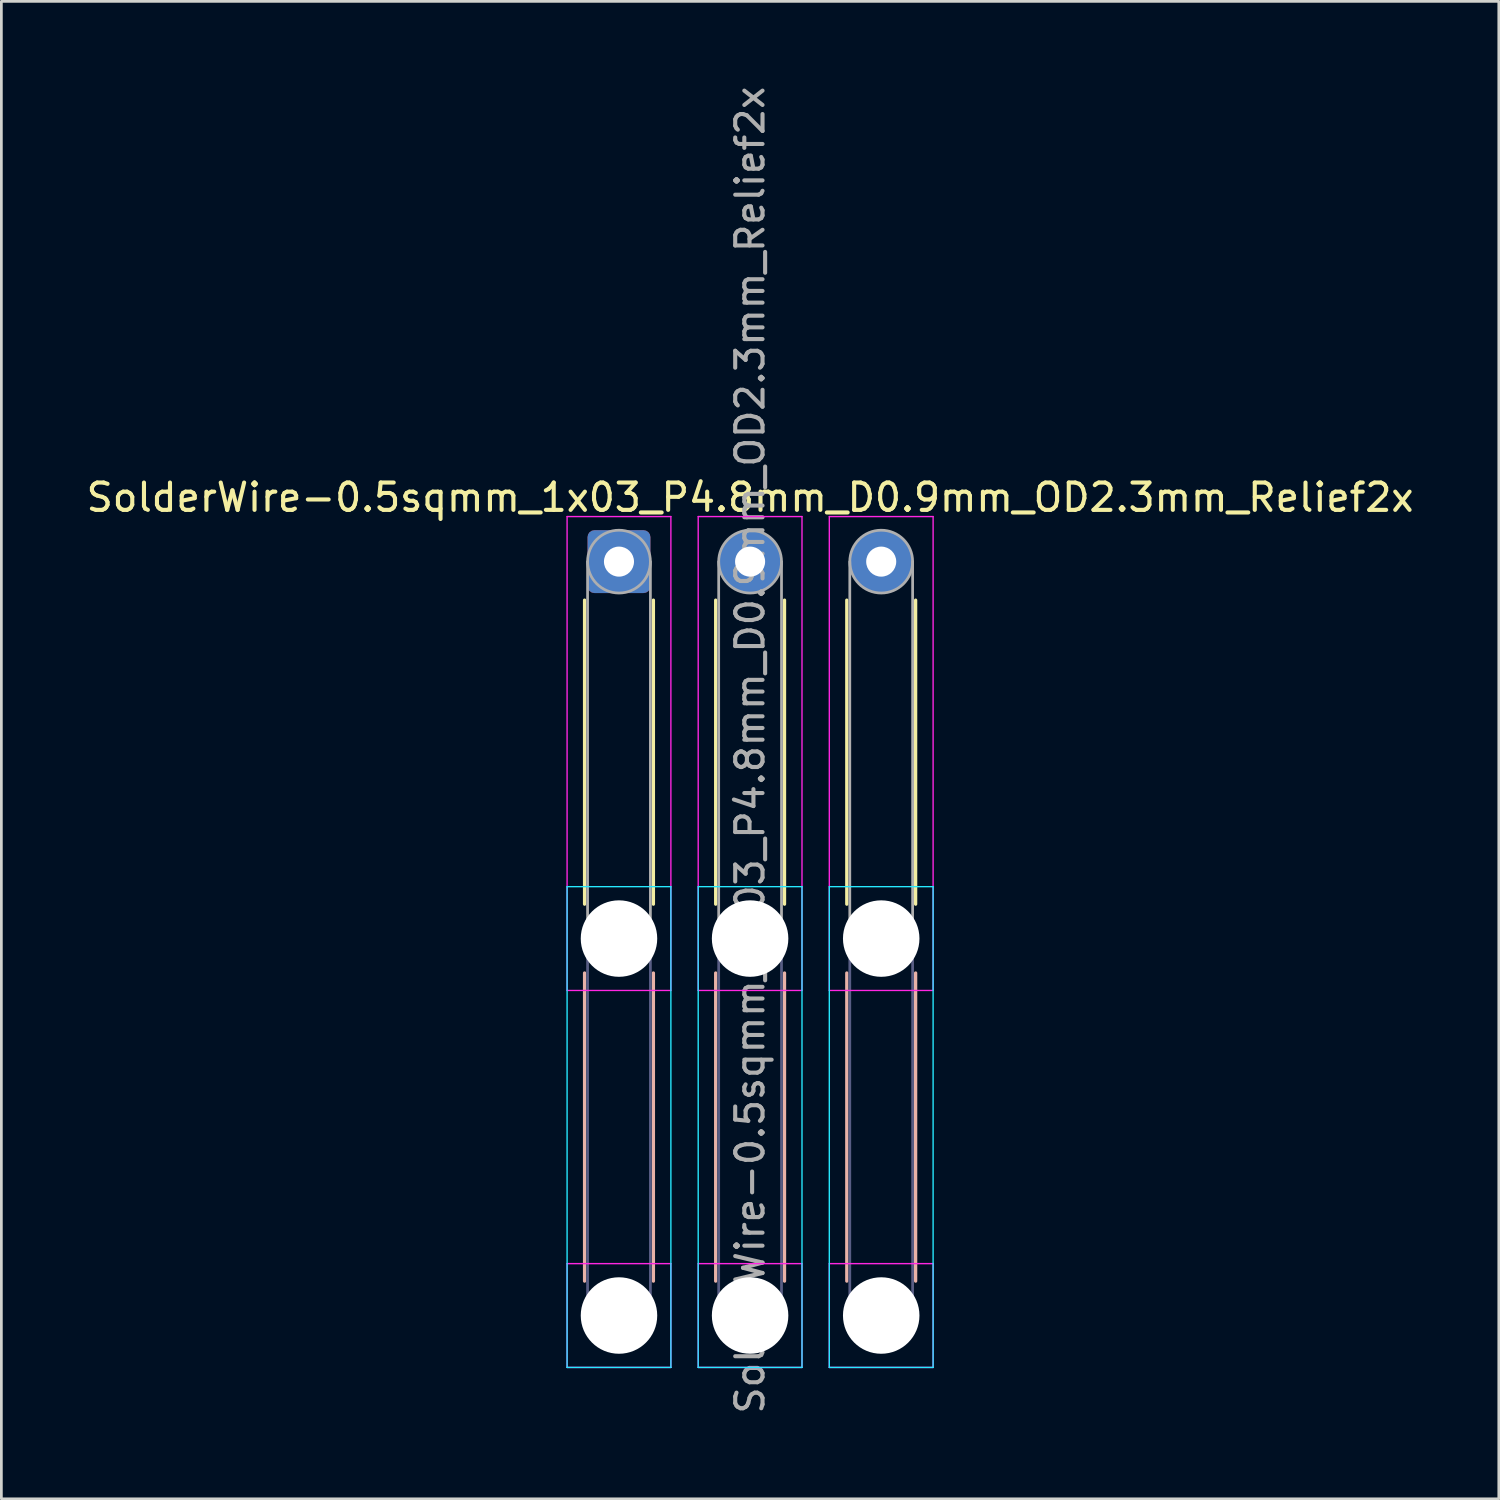
<source format=kicad_pcb>
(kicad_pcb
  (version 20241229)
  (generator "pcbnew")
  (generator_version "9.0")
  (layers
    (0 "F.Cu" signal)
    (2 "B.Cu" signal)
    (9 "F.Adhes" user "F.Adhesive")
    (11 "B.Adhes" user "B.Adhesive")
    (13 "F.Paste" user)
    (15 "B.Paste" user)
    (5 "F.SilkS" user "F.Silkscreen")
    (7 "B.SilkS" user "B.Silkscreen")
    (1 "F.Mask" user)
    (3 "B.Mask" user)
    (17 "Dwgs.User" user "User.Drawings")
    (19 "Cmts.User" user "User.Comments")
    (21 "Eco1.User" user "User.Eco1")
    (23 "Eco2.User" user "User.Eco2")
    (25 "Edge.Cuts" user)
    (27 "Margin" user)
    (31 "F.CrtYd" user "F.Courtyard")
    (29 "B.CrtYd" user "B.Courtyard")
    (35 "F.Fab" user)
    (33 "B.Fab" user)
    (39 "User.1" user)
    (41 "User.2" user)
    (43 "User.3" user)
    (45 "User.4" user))
  (footprint "SolderWire-0.5sqmm_1x03_P4.8mm_D0.9mm_OD2.3mm_Relief2x"
    (layer "F.Cu")
    (at 19.611 17.511)
    (property "Reference" "SolderWire-0.5sqmm_1x03_P4.8mm_D0.9mm_OD2.3mm_Relief2x" (at 4.8 -2.35 0) (layer "F.SilkS") (effects (font (size 1 1) (thickness 0.15))))
    (attr exclude_from_pos_files exclude_from_bom)
    (fp_line (start -1.26 1.41) (end -1.26 12.54) (stroke (width 0.12) (type solid)) (layer "F.SilkS"))
    (fp_line (start 1.26 1.41) (end 1.26 12.54) (stroke (width 0.12) (type solid)) (layer "F.SilkS"))
    (fp_line (start 3.54 1.41) (end 3.54 12.54) (stroke (width 0.12) (type solid)) (layer "F.SilkS"))
    (fp_line (start 6.06 1.41) (end 6.06 12.54) (stroke (width 0.12) (type solid)) (layer "F.SilkS"))
    (fp_line (start 8.34 1.41) (end 8.34 12.54) (stroke (width 0.12) (type solid)) (layer "F.SilkS"))
    (fp_line (start 10.86 1.41) (end 10.86 12.54) (stroke (width 0.12) (type solid)) (layer "F.SilkS"))
    (fp_line (start -1.26 15.06) (end -1.26 26.34) (stroke (width 0.12) (type solid)) (layer "B.SilkS"))
    (fp_line (start 1.26 15.06) (end 1.26 26.34) (stroke (width 0.12) (type solid)) (layer "B.SilkS"))
    (fp_line (start 3.54 15.06) (end 3.54 26.34) (stroke (width 0.12) (type solid)) (layer "B.SilkS"))
    (fp_line (start 6.06 15.06) (end 6.06 26.34) (stroke (width 0.12) (type solid)) (layer "B.SilkS"))
    (fp_line (start 8.34 15.06) (end 8.34 26.34) (stroke (width 0.12) (type solid)) (layer "B.SilkS"))
    (fp_line (start 10.86 15.06) (end 10.86 26.34) (stroke (width 0.12) (type solid)) (layer "B.SilkS"))
    (fp_line (start -1.9 11.9) (end -1.9 29.5) (stroke (width 0.05) (type solid)) (layer "B.CrtYd"))
    (fp_line (start -1.9 29.5) (end 1.9 29.5) (stroke (width 0.05) (type solid)) (layer "B.CrtYd"))
    (fp_line (start 1.9 11.9) (end -1.9 11.9) (stroke (width 0.05) (type solid)) (layer "B.CrtYd"))
    (fp_line (start 1.9 29.5) (end 1.9 11.9) (stroke (width 0.05) (type solid)) (layer "B.CrtYd"))
    (fp_line (start 2.9 11.9) (end 2.9 29.5) (stroke (width 0.05) (type solid)) (layer "B.CrtYd"))
    (fp_line (start 2.9 29.5) (end 6.7 29.5) (stroke (width 0.05) (type solid)) (layer "B.CrtYd"))
    (fp_line (start 6.7 11.9) (end 2.9 11.9) (stroke (width 0.05) (type solid)) (layer "B.CrtYd"))
    (fp_line (start 6.7 29.5) (end 6.7 11.9) (stroke (width 0.05) (type solid)) (layer "B.CrtYd"))
    (fp_line (start 7.7 11.9) (end 7.7 29.5) (stroke (width 0.05) (type solid)) (layer "B.CrtYd"))
    (fp_line (start 7.7 29.5) (end 11.5 29.5) (stroke (width 0.05) (type solid)) (layer "B.CrtYd"))
    (fp_line (start 11.5 11.9) (end 7.7 11.9) (stroke (width 0.05) (type solid)) (layer "B.CrtYd"))
    (fp_line (start 11.5 29.5) (end 11.5 11.9) (stroke (width 0.05) (type solid)) (layer "B.CrtYd"))
    (fp_line (start -1.9 -1.65) (end -1.9 15.7) (stroke (width 0.05) (type solid)) (layer "F.CrtYd"))
    (fp_line (start -1.9 15.7) (end 1.9 15.7) (stroke (width 0.05) (type solid)) (layer "F.CrtYd"))
    (fp_line (start -1.9 25.7) (end -1.9 29.5) (stroke (width 0.05) (type solid)) (layer "F.CrtYd"))
    (fp_line (start -1.9 29.5) (end 1.9 29.5) (stroke (width 0.05) (type solid)) (layer "F.CrtYd"))
    (fp_line (start 1.9 -1.65) (end -1.9 -1.65) (stroke (width 0.05) (type solid)) (layer "F.CrtYd"))
    (fp_line (start 1.9 15.7) (end 1.9 -1.65) (stroke (width 0.05) (type solid)) (layer "F.CrtYd"))
    (fp_line (start 1.9 25.7) (end -1.9 25.7) (stroke (width 0.05) (type solid)) (layer "F.CrtYd"))
    (fp_line (start 1.9 29.5) (end 1.9 25.7) (stroke (width 0.05) (type solid)) (layer "F.CrtYd"))
    (fp_line (start 2.9 -1.65) (end 2.9 15.7) (stroke (width 0.05) (type solid)) (layer "F.CrtYd"))
    (fp_line (start 2.9 15.7) (end 6.7 15.7) (stroke (width 0.05) (type solid)) (layer "F.CrtYd"))
    (fp_line (start 2.9 25.7) (end 2.9 29.5) (stroke (width 0.05) (type solid)) (layer "F.CrtYd"))
    (fp_line (start 2.9 29.5) (end 6.7 29.5) (stroke (width 0.05) (type solid)) (layer "F.CrtYd"))
    (fp_line (start 6.7 -1.65) (end 2.9 -1.65) (stroke (width 0.05) (type solid)) (layer "F.CrtYd"))
    (fp_line (start 6.7 15.7) (end 6.7 -1.65) (stroke (width 0.05) (type solid)) (layer "F.CrtYd"))
    (fp_line (start 6.7 25.7) (end 2.9 25.7) (stroke (width 0.05) (type solid)) (layer "F.CrtYd"))
    (fp_line (start 6.7 29.5) (end 6.7 25.7) (stroke (width 0.05) (type solid)) (layer "F.CrtYd"))
    (fp_line (start 7.7 -1.65) (end 7.7 15.7) (stroke (width 0.05) (type solid)) (layer "F.CrtYd"))
    (fp_line (start 7.7 15.7) (end 11.5 15.7) (stroke (width 0.05) (type solid)) (layer "F.CrtYd"))
    (fp_line (start 7.7 25.7) (end 7.7 29.5) (stroke (width 0.05) (type solid)) (layer "F.CrtYd"))
    (fp_line (start 7.7 29.5) (end 11.5 29.5) (stroke (width 0.05) (type solid)) (layer "F.CrtYd"))
    (fp_line (start 11.5 -1.65) (end 7.7 -1.65) (stroke (width 0.05) (type solid)) (layer "F.CrtYd"))
    (fp_line (start 11.5 15.7) (end 11.5 -1.65) (stroke (width 0.05) (type solid)) (layer "F.CrtYd"))
    (fp_line (start 11.5 25.7) (end 7.7 25.7) (stroke (width 0.05) (type solid)) (layer "F.CrtYd"))
    (fp_line (start 11.5 29.5) (end 11.5 25.7) (stroke (width 0.05) (type solid)) (layer "F.CrtYd"))
    (fp_line (start -1.15 13.8) (end -1.15 27.6) (stroke (width 0.1) (type solid)) (layer "B.Fab"))
    (fp_line (start 1.15 13.8) (end 1.15 27.6) (stroke (width 0.1) (type solid)) (layer "B.Fab"))
    (fp_line (start 3.65 13.8) (end 3.65 27.6) (stroke (width 0.1) (type solid)) (layer "B.Fab"))
    (fp_line (start 5.95 13.8) (end 5.95 27.6) (stroke (width 0.1) (type solid)) (layer "B.Fab"))
    (fp_line (start 8.45 13.8) (end 8.45 27.6) (stroke (width 0.1) (type solid)) (layer "B.Fab"))
    (fp_line (start 10.75 13.8) (end 10.75 27.6) (stroke (width 0.1) (type solid)) (layer "B.Fab"))
    (fp_circle (center 0 13.8) (end 1.15 13.8) (stroke (width 0.1) (type solid)) (fill no) (layer "B.Fab"))
    (fp_circle (center 0 27.6) (end 1.15 27.6) (stroke (width 0.1) (type solid)) (fill no) (layer "B.Fab"))
    (fp_circle (center 4.8 13.8) (end 5.95 13.8) (stroke (width 0.1) (type solid)) (fill no) (layer "B.Fab"))
    (fp_circle (center 4.8 27.6) (end 5.95 27.6) (stroke (width 0.1) (type solid)) (fill no) (layer "B.Fab"))
    (fp_circle (center 9.6 13.8) (end 10.75 13.8) (stroke (width 0.1) (type solid)) (fill no) (layer "B.Fab"))
    (fp_circle (center 9.6 27.6) (end 10.75 27.6) (stroke (width 0.1) (type solid)) (fill no) (layer "B.Fab"))
    (fp_line (start -1.15 0) (end -1.15 13.8) (stroke (width 0.1) (type solid)) (layer "F.Fab"))
    (fp_line (start 1.15 0) (end 1.15 13.8) (stroke (width 0.1) (type solid)) (layer "F.Fab"))
    (fp_line (start 3.65 0) (end 3.65 13.8) (stroke (width 0.1) (type solid)) (layer "F.Fab"))
    (fp_line (start 5.95 0) (end 5.95 13.8) (stroke (width 0.1) (type solid)) (layer "F.Fab"))
    (fp_line (start 8.45 0) (end 8.45 13.8) (stroke (width 0.1) (type solid)) (layer "F.Fab"))
    (fp_line (start 10.75 0) (end 10.75 13.8) (stroke (width 0.1) (type solid)) (layer "F.Fab"))
    (fp_circle (center 0 0) (end 1.15 0) (stroke (width 0.1) (type solid)) (fill no) (layer "F.Fab"))
    (fp_circle (center 0 13.8) (end 1.15 13.8) (stroke (width 0.1) (type solid)) (fill no) (layer "F.Fab"))
    (fp_circle (center 0 27.6) (end 1.15 27.6) (stroke (width 0.1) (type solid)) (fill no) (layer "F.Fab"))
    (fp_circle (center 4.8 0) (end 5.95 0) (stroke (width 0.1) (type solid)) (fill no) (layer "F.Fab"))
    (fp_circle (center 4.8 13.8) (end 5.95 13.8) (stroke (width 0.1) (type solid)) (fill no) (layer "F.Fab"))
    (fp_circle (center 4.8 27.6) (end 5.95 27.6) (stroke (width 0.1) (type solid)) (fill no) (layer "F.Fab"))
    (fp_circle (center 9.6 0) (end 10.75 0) (stroke (width 0.1) (type solid)) (fill no) (layer "F.Fab"))
    (fp_circle (center 9.6 13.8) (end 10.75 13.8) (stroke (width 0.1) (type solid)) (fill no) (layer "F.Fab"))
    (fp_circle (center 9.6 27.6) (end 10.75 27.6) (stroke (width 0.1) (type solid)) (fill no) (layer "F.Fab"))
    (fp_text user "${REFERENCE}" (at 4.8 6.9 90) (layer "F.Fab") (effects (font (size 1 1) (thickness 0.15))))
    (pad "" np_thru_hole circle (at 0 13.8) (size 2.8 2.8) (drill 2.8) (layers "*.Cu" "*.Mask"))
    (pad "" np_thru_hole circle (at 0 27.6) (size 2.8 2.8) (drill 2.8) (layers "*.Cu" "*.Mask"))
    (pad "" np_thru_hole circle (at 4.8 13.8) (size 2.8 2.8) (drill 2.8) (layers "*.Cu" "*.Mask"))
    (pad "" np_thru_hole circle (at 4.8 27.6) (size 2.8 2.8) (drill 2.8) (layers "*.Cu" "*.Mask"))
    (pad "" np_thru_hole circle (at 9.6 13.8) (size 2.8 2.8) (drill 2.8) (layers "*.Cu" "*.Mask"))
    (pad "" np_thru_hole circle (at 9.6 27.6) (size 2.8 2.8) (drill 2.8) (layers "*.Cu" "*.Mask"))
    (pad "1" thru_hole roundrect (at 0 0) (size 2.3 2.3) (drill 1.1) (layers "*.Cu" "*.Mask") (roundrect_rratio 0.109))
    (pad "2" thru_hole circle (at 4.8 0) (size 2.3 2.3) (drill 1.1) (layers "*.Cu" "*.Mask"))
    (pad "3" thru_hole circle (at 9.6 0) (size 2.3 2.3) (drill 1.1) (layers "*.Cu" "*.Mask")))
  (gr_rect
    (start -3 -3)
    (end 51.821 51.821)
    (stroke (width 0.1) (type default))
    (fill no)
    (layer "Edge.Cuts")))
</source>
